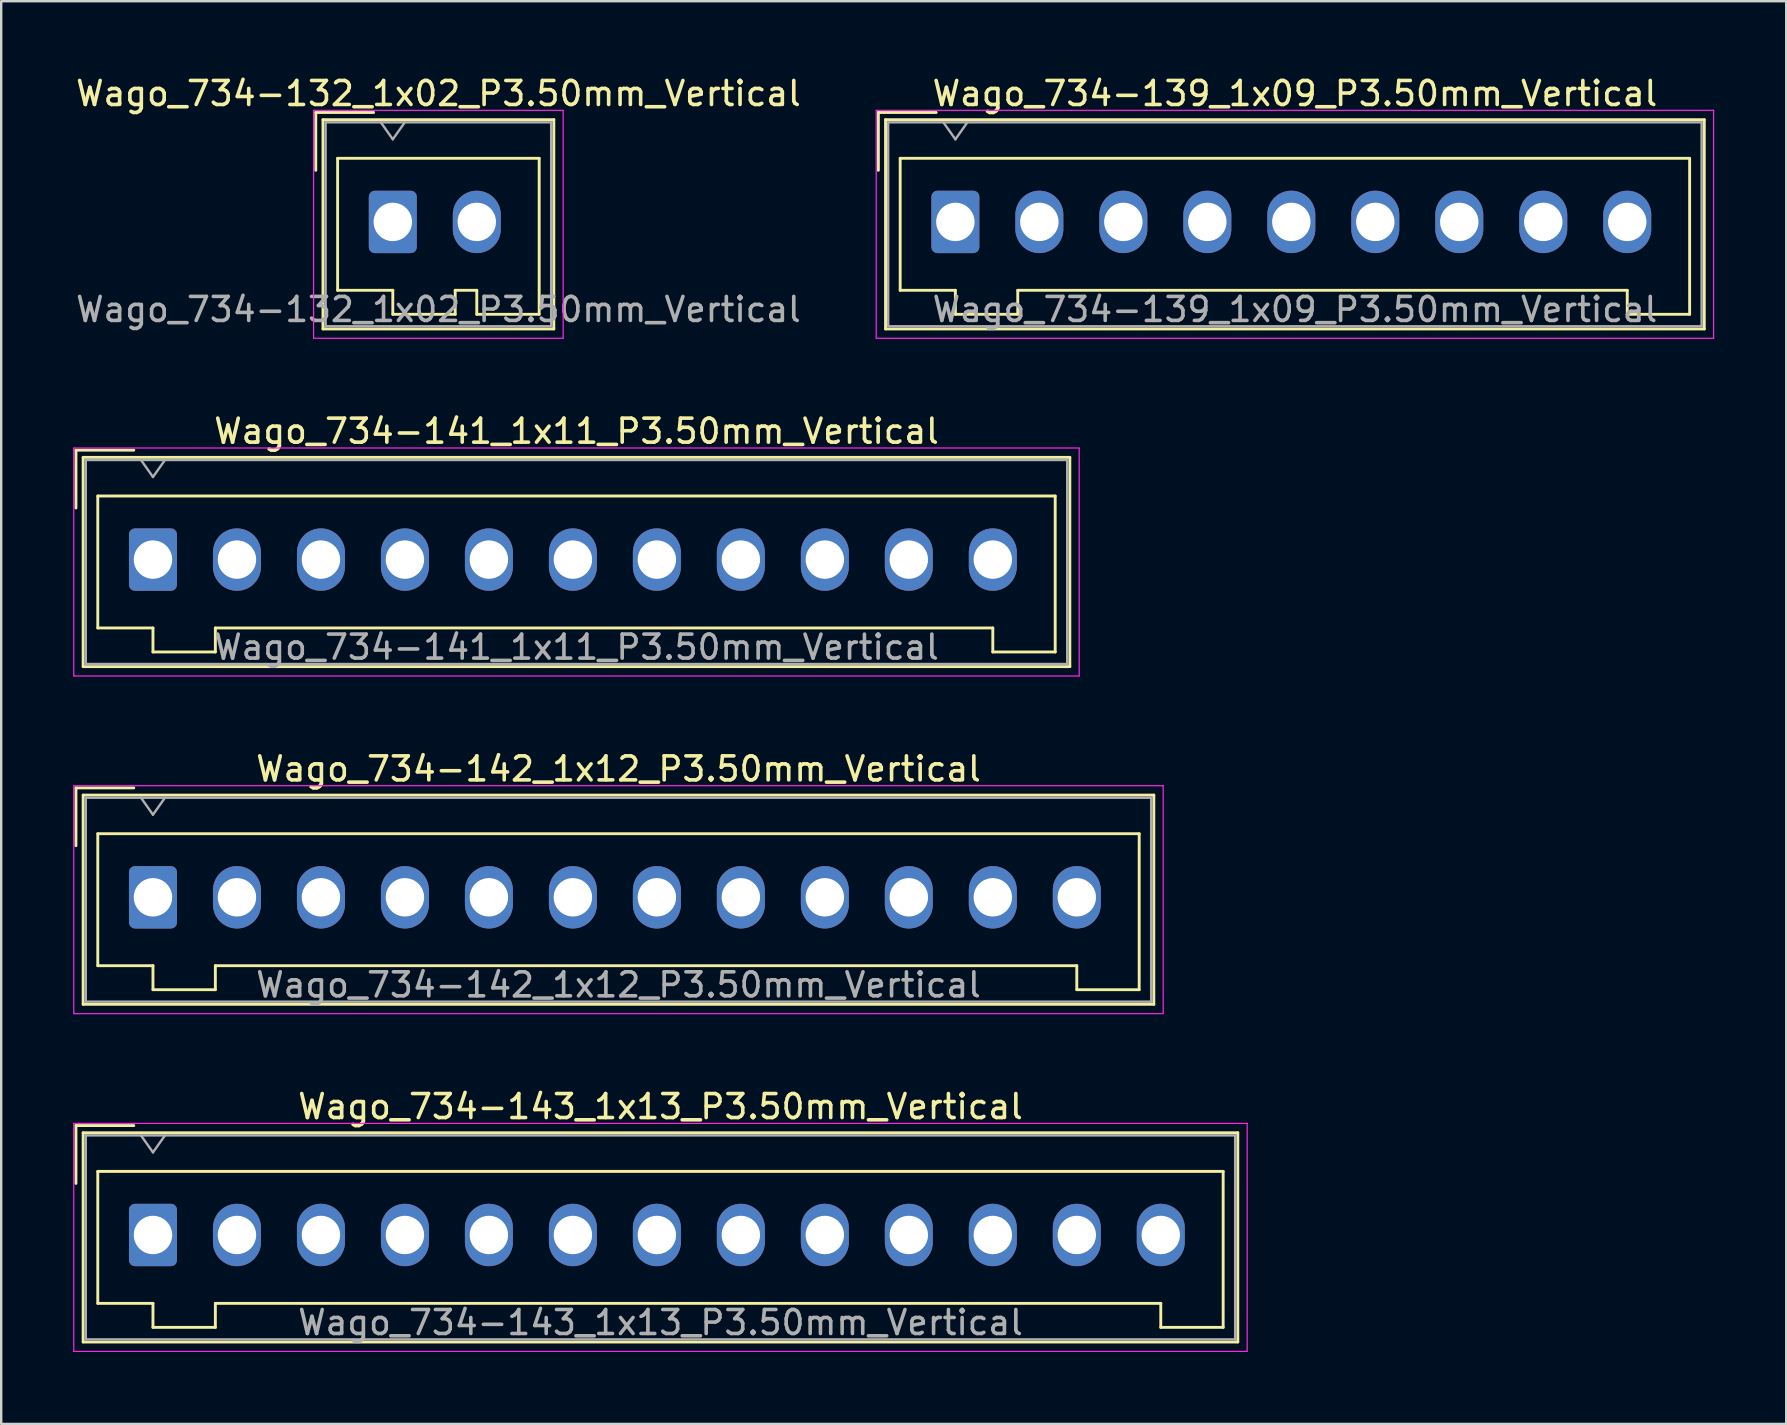
<source format=kicad_pcb>
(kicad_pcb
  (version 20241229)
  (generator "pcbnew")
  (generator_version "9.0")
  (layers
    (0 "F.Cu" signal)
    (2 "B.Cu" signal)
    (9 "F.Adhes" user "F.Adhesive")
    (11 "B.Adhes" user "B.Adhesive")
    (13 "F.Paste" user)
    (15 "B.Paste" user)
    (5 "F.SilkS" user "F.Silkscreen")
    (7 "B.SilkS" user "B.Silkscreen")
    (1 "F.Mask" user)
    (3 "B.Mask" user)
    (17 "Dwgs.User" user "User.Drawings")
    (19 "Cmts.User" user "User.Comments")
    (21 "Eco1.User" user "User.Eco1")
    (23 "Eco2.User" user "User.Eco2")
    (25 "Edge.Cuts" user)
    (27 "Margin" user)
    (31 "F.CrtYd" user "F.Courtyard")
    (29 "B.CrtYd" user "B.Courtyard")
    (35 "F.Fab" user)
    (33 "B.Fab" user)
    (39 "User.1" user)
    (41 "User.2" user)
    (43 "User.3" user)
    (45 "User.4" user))
  (footprint "Wago_734-143_1x13_P3.50mm_Vertical"
    (layer "F.Cu")
    (at 3.325 48.418)
    (property "Reference" "Wago_734-143_1x13_P3.50mm_Vertical" (at 21.15 -5.35 0) (layer "F.SilkS") (effects (font (size 1 1) (thickness 0.15))))
    (attr through_hole)
    (fp_line (start -3.21 -4.56) (end -0.8 -4.56) (stroke (width 0.12) (type solid)) (layer "F.SilkS"))
    (fp_line (start -3.21 -2.15) (end -3.21 -4.56) (stroke (width 0.12) (type solid)) (layer "F.SilkS"))
    (fp_line (start -2.91 -4.26) (end -2.91 4.46) (stroke (width 0.12) (type solid)) (layer "F.SilkS"))
    (fp_line (start -2.91 4.46) (end 45.21 4.46) (stroke (width 0.12) (type solid)) (layer "F.SilkS"))
    (fp_line (start -2.3 -2.65) (end -2.3 2.85) (stroke (width 0.12) (type solid)) (layer "F.SilkS"))
    (fp_line (start -2.3 2.85) (end 0 2.85) (stroke (width 0.12) (type solid)) (layer "F.SilkS"))
    (fp_line (start 0 2.85) (end 0 3.85) (stroke (width 0.12) (type solid)) (layer "F.SilkS"))
    (fp_line (start 0 3.85) (end 2.6 3.85) (stroke (width 0.12) (type solid)) (layer "F.SilkS"))
    (fp_line (start 2.6 2.85) (end 42 2.85) (stroke (width 0.12) (type solid)) (layer "F.SilkS"))
    (fp_line (start 2.6 3.85) (end 2.6 2.85) (stroke (width 0.12) (type solid)) (layer "F.SilkS"))
    (fp_line (start 42 2.85) (end 42 3.85) (stroke (width 0.12) (type solid)) (layer "F.SilkS"))
    (fp_line (start 42 3.85) (end 44.6 3.85) (stroke (width 0.12) (type solid)) (layer "F.SilkS"))
    (fp_line (start 44.6 -2.65) (end -2.3 -2.65) (stroke (width 0.12) (type solid)) (layer "F.SilkS"))
    (fp_line (start 44.6 3.85) (end 44.6 -2.65) (stroke (width 0.12) (type solid)) (layer "F.SilkS"))
    (fp_line (start 45.21 -4.26) (end -2.91 -4.26) (stroke (width 0.12) (type solid)) (layer "F.SilkS"))
    (fp_line (start 45.21 4.46) (end 45.21 -4.26) (stroke (width 0.12) (type solid)) (layer "F.SilkS"))
    (fp_line (start -3.3 -4.65) (end -3.3 4.85) (stroke (width 0.05) (type solid)) (layer "F.CrtYd"))
    (fp_line (start -3.3 4.85) (end 45.6 4.85) (stroke (width 0.05) (type solid)) (layer "F.CrtYd"))
    (fp_line (start 45.6 -4.65) (end -3.3 -4.65) (stroke (width 0.05) (type solid)) (layer "F.CrtYd"))
    (fp_line (start 45.6 4.85) (end 45.6 -4.65) (stroke (width 0.05) (type solid)) (layer "F.CrtYd"))
    (fp_line (start -2.8 -4.15) (end -2.8 4.35) (stroke (width 0.1) (type solid)) (layer "F.Fab"))
    (fp_line (start -2.8 4.35) (end 45.1 4.35) (stroke (width 0.1) (type solid)) (layer "F.Fab"))
    (fp_line (start -0.5 -4.15) (end 0 -3.443) (stroke (width 0.1) (type solid)) (layer "F.Fab"))
    (fp_line (start 0 -3.443) (end 0.5 -4.15) (stroke (width 0.1) (type solid)) (layer "F.Fab"))
    (fp_line (start 45.1 -4.15) (end -2.8 -4.15) (stroke (width 0.1) (type solid)) (layer "F.Fab"))
    (fp_line (start 45.1 4.35) (end 45.1 -4.15) (stroke (width 0.1) (type solid)) (layer "F.Fab"))
    (fp_text user "${REFERENCE}" (at 21.15 3.65 0) (layer "F.Fab") (effects (font (size 1 1) (thickness 0.15))))
    (pad "1" thru_hole roundrect (at 0 0) (size 2 2.6) (drill 1.6) (layers "*.Cu" "*.Mask") (roundrect_rratio 0.125))
    (pad "2" thru_hole oval (at 3.5 0) (size 2 2.6) (drill 1.6) (layers "*.Cu" "*.Mask"))
    (pad "3" thru_hole oval (at 7 0) (size 2 2.6) (drill 1.6) (layers "*.Cu" "*.Mask"))
    (pad "4" thru_hole oval (at 10.5 0) (size 2 2.6) (drill 1.6) (layers "*.Cu" "*.Mask"))
    (pad "5" thru_hole oval (at 14 0) (size 2 2.6) (drill 1.6) (layers "*.Cu" "*.Mask"))
    (pad "6" thru_hole oval (at 17.5 0) (size 2 2.6) (drill 1.6) (layers "*.Cu" "*.Mask"))
    (pad "7" thru_hole oval (at 21 0) (size 2 2.6) (drill 1.6) (layers "*.Cu" "*.Mask"))
    (pad "8" thru_hole oval (at 24.5 0) (size 2 2.6) (drill 1.6) (layers "*.Cu" "*.Mask"))
    (pad "9" thru_hole oval (at 28 0) (size 2 2.6) (drill 1.6) (layers "*.Cu" "*.Mask"))
    (pad "10" thru_hole oval (at 31.5 0) (size 2 2.6) (drill 1.6) (layers "*.Cu" "*.Mask"))
    (pad "11" thru_hole oval (at 35 0) (size 2 2.6) (drill 1.6) (layers "*.Cu" "*.Mask"))
    (pad "12" thru_hole oval (at 38.5 0) (size 2 2.6) (drill 1.6) (layers "*.Cu" "*.Mask"))
    (pad "13" thru_hole oval (at 42 0) (size 2 2.6) (drill 1.6) (layers "*.Cu" "*.Mask")))
  (footprint "Wago_734-132_1x02_P3.50mm_Vertical"
    (layer "F.Cu")
    (at 13.32 6.198)
    (property "Reference" "Wago_734-132_1x02_P3.50mm_Vertical" (at 1.9 -5.35 0) (layer "F.SilkS") (effects (font (size 1 1) (thickness 0.15))))
    (attr through_hole)
    (fp_line (start -3.21 -4.56) (end -0.8 -4.56) (stroke (width 0.12) (type solid)) (layer "F.SilkS"))
    (fp_line (start -3.21 -2.15) (end -3.21 -4.56) (stroke (width 0.12) (type solid)) (layer "F.SilkS"))
    (fp_line (start -2.91 -4.26) (end -2.91 4.46) (stroke (width 0.12) (type solid)) (layer "F.SilkS"))
    (fp_line (start -2.91 4.46) (end 6.71 4.46) (stroke (width 0.12) (type solid)) (layer "F.SilkS"))
    (fp_line (start -2.3 -2.65) (end -2.3 2.85) (stroke (width 0.12) (type solid)) (layer "F.SilkS"))
    (fp_line (start -2.3 2.85) (end 0 2.85) (stroke (width 0.12) (type solid)) (layer "F.SilkS"))
    (fp_line (start 0 2.85) (end 0 3.85) (stroke (width 0.12) (type solid)) (layer "F.SilkS"))
    (fp_line (start 0 3.85) (end 2.6 3.85) (stroke (width 0.12) (type solid)) (layer "F.SilkS"))
    (fp_line (start 2.6 2.85) (end 3.5 2.85) (stroke (width 0.12) (type solid)) (layer "F.SilkS"))
    (fp_line (start 2.6 3.85) (end 2.6 2.85) (stroke (width 0.12) (type solid)) (layer "F.SilkS"))
    (fp_line (start 3.5 2.85) (end 3.5 3.85) (stroke (width 0.12) (type solid)) (layer "F.SilkS"))
    (fp_line (start 3.5 3.85) (end 6.1 3.85) (stroke (width 0.12) (type solid)) (layer "F.SilkS"))
    (fp_line (start 6.1 -2.65) (end -2.3 -2.65) (stroke (width 0.12) (type solid)) (layer "F.SilkS"))
    (fp_line (start 6.1 3.85) (end 6.1 -2.65) (stroke (width 0.12) (type solid)) (layer "F.SilkS"))
    (fp_line (start 6.71 -4.26) (end -2.91 -4.26) (stroke (width 0.12) (type solid)) (layer "F.SilkS"))
    (fp_line (start 6.71 4.46) (end 6.71 -4.26) (stroke (width 0.12) (type solid)) (layer "F.SilkS"))
    (fp_line (start -3.3 -4.65) (end -3.3 4.85) (stroke (width 0.05) (type solid)) (layer "F.CrtYd"))
    (fp_line (start -3.3 4.85) (end 7.1 4.85) (stroke (width 0.05) (type solid)) (layer "F.CrtYd"))
    (fp_line (start 7.1 -4.65) (end -3.3 -4.65) (stroke (width 0.05) (type solid)) (layer "F.CrtYd"))
    (fp_line (start 7.1 4.85) (end 7.1 -4.65) (stroke (width 0.05) (type solid)) (layer "F.CrtYd"))
    (fp_line (start -2.8 -4.15) (end -2.8 4.35) (stroke (width 0.1) (type solid)) (layer "F.Fab"))
    (fp_line (start -2.8 4.35) (end 6.6 4.35) (stroke (width 0.1) (type solid)) (layer "F.Fab"))
    (fp_line (start -0.5 -4.15) (end 0 -3.443) (stroke (width 0.1) (type solid)) (layer "F.Fab"))
    (fp_line (start 0 -3.443) (end 0.5 -4.15) (stroke (width 0.1) (type solid)) (layer "F.Fab"))
    (fp_line (start 6.6 -4.15) (end -2.8 -4.15) (stroke (width 0.1) (type solid)) (layer "F.Fab"))
    (fp_line (start 6.6 4.35) (end 6.6 -4.15) (stroke (width 0.1) (type solid)) (layer "F.Fab"))
    (fp_text user "${REFERENCE}" (at 1.9 3.65 0) (layer "F.Fab") (effects (font (size 1 1) (thickness 0.15))))
    (pad "1" thru_hole roundrect (at 0 0) (size 2 2.6) (drill 1.6) (layers "*.Cu" "*.Mask") (roundrect_rratio 0.125))
    (pad "2" thru_hole oval (at 3.5 0) (size 2 2.6) (drill 1.6) (layers "*.Cu" "*.Mask")))
  (footprint "Wago_734-139_1x09_P3.50mm_Vertical"
    (layer "F.Cu")
    (at 36.765 6.198)
    (property "Reference" "Wago_734-139_1x09_P3.50mm_Vertical" (at 14.15 -5.35 0) (layer "F.SilkS") (effects (font (size 1 1) (thickness 0.15))))
    (attr through_hole)
    (fp_line (start -3.21 -4.56) (end -0.8 -4.56) (stroke (width 0.12) (type solid)) (layer "F.SilkS"))
    (fp_line (start -3.21 -2.15) (end -3.21 -4.56) (stroke (width 0.12) (type solid)) (layer "F.SilkS"))
    (fp_line (start -2.91 -4.26) (end -2.91 4.46) (stroke (width 0.12) (type solid)) (layer "F.SilkS"))
    (fp_line (start -2.91 4.46) (end 31.21 4.46) (stroke (width 0.12) (type solid)) (layer "F.SilkS"))
    (fp_line (start -2.3 -2.65) (end -2.3 2.85) (stroke (width 0.12) (type solid)) (layer "F.SilkS"))
    (fp_line (start -2.3 2.85) (end 0 2.85) (stroke (width 0.12) (type solid)) (layer "F.SilkS"))
    (fp_line (start 0 2.85) (end 0 3.85) (stroke (width 0.12) (type solid)) (layer "F.SilkS"))
    (fp_line (start 0 3.85) (end 2.6 3.85) (stroke (width 0.12) (type solid)) (layer "F.SilkS"))
    (fp_line (start 2.6 2.85) (end 28 2.85) (stroke (width 0.12) (type solid)) (layer "F.SilkS"))
    (fp_line (start 2.6 3.85) (end 2.6 2.85) (stroke (width 0.12) (type solid)) (layer "F.SilkS"))
    (fp_line (start 28 2.85) (end 28 3.85) (stroke (width 0.12) (type solid)) (layer "F.SilkS"))
    (fp_line (start 28 3.85) (end 30.6 3.85) (stroke (width 0.12) (type solid)) (layer "F.SilkS"))
    (fp_line (start 30.6 -2.65) (end -2.3 -2.65) (stroke (width 0.12) (type solid)) (layer "F.SilkS"))
    (fp_line (start 30.6 3.85) (end 30.6 -2.65) (stroke (width 0.12) (type solid)) (layer "F.SilkS"))
    (fp_line (start 31.21 -4.26) (end -2.91 -4.26) (stroke (width 0.12) (type solid)) (layer "F.SilkS"))
    (fp_line (start 31.21 4.46) (end 31.21 -4.26) (stroke (width 0.12) (type solid)) (layer "F.SilkS"))
    (fp_line (start -3.3 -4.65) (end -3.3 4.85) (stroke (width 0.05) (type solid)) (layer "F.CrtYd"))
    (fp_line (start -3.3 4.85) (end 31.6 4.85) (stroke (width 0.05) (type solid)) (layer "F.CrtYd"))
    (fp_line (start 31.6 -4.65) (end -3.3 -4.65) (stroke (width 0.05) (type solid)) (layer "F.CrtYd"))
    (fp_line (start 31.6 4.85) (end 31.6 -4.65) (stroke (width 0.05) (type solid)) (layer "F.CrtYd"))
    (fp_line (start -2.8 -4.15) (end -2.8 4.35) (stroke (width 0.1) (type solid)) (layer "F.Fab"))
    (fp_line (start -2.8 4.35) (end 31.1 4.35) (stroke (width 0.1) (type solid)) (layer "F.Fab"))
    (fp_line (start -0.5 -4.15) (end 0 -3.443) (stroke (width 0.1) (type solid)) (layer "F.Fab"))
    (fp_line (start 0 -3.443) (end 0.5 -4.15) (stroke (width 0.1) (type solid)) (layer "F.Fab"))
    (fp_line (start 31.1 -4.15) (end -2.8 -4.15) (stroke (width 0.1) (type solid)) (layer "F.Fab"))
    (fp_line (start 31.1 4.35) (end 31.1 -4.15) (stroke (width 0.1) (type solid)) (layer "F.Fab"))
    (fp_text user "${REFERENCE}" (at 14.15 3.65 0) (layer "F.Fab") (effects (font (size 1 1) (thickness 0.15))))
    (pad "1" thru_hole roundrect (at 0 0) (size 2 2.6) (drill 1.6) (layers "*.Cu" "*.Mask") (roundrect_rratio 0.125))
    (pad "2" thru_hole oval (at 3.5 0) (size 2 2.6) (drill 1.6) (layers "*.Cu" "*.Mask"))
    (pad "3" thru_hole oval (at 7 0) (size 2 2.6) (drill 1.6) (layers "*.Cu" "*.Mask"))
    (pad "4" thru_hole oval (at 10.5 0) (size 2 2.6) (drill 1.6) (layers "*.Cu" "*.Mask"))
    (pad "5" thru_hole oval (at 14 0) (size 2 2.6) (drill 1.6) (layers "*.Cu" "*.Mask"))
    (pad "6" thru_hole oval (at 17.5 0) (size 2 2.6) (drill 1.6) (layers "*.Cu" "*.Mask"))
    (pad "7" thru_hole oval (at 21 0) (size 2 2.6) (drill 1.6) (layers "*.Cu" "*.Mask"))
    (pad "8" thru_hole oval (at 24.5 0) (size 2 2.6) (drill 1.6) (layers "*.Cu" "*.Mask"))
    (pad "9" thru_hole oval (at 28 0) (size 2 2.6) (drill 1.6) (layers "*.Cu" "*.Mask")))
  (footprint "Wago_734-141_1x11_P3.50mm_Vertical"
    (layer "F.Cu")
    (at 3.325 20.271)
    (property "Reference" "Wago_734-141_1x11_P3.50mm_Vertical" (at 17.65 -5.35 0) (layer "F.SilkS") (effects (font (size 1 1) (thickness 0.15))))
    (attr through_hole)
    (fp_line (start -3.21 -4.56) (end -0.8 -4.56) (stroke (width 0.12) (type solid)) (layer "F.SilkS"))
    (fp_line (start -3.21 -2.15) (end -3.21 -4.56) (stroke (width 0.12) (type solid)) (layer "F.SilkS"))
    (fp_line (start -2.91 -4.26) (end -2.91 4.46) (stroke (width 0.12) (type solid)) (layer "F.SilkS"))
    (fp_line (start -2.91 4.46) (end 38.21 4.46) (stroke (width 0.12) (type solid)) (layer "F.SilkS"))
    (fp_line (start -2.3 -2.65) (end -2.3 2.85) (stroke (width 0.12) (type solid)) (layer "F.SilkS"))
    (fp_line (start -2.3 2.85) (end 0 2.85) (stroke (width 0.12) (type solid)) (layer "F.SilkS"))
    (fp_line (start 0 2.85) (end 0 3.85) (stroke (width 0.12) (type solid)) (layer "F.SilkS"))
    (fp_line (start 0 3.85) (end 2.6 3.85) (stroke (width 0.12) (type solid)) (layer "F.SilkS"))
    (fp_line (start 2.6 2.85) (end 35 2.85) (stroke (width 0.12) (type solid)) (layer "F.SilkS"))
    (fp_line (start 2.6 3.85) (end 2.6 2.85) (stroke (width 0.12) (type solid)) (layer "F.SilkS"))
    (fp_line (start 35 2.85) (end 35 3.85) (stroke (width 0.12) (type solid)) (layer "F.SilkS"))
    (fp_line (start 35 3.85) (end 37.6 3.85) (stroke (width 0.12) (type solid)) (layer "F.SilkS"))
    (fp_line (start 37.6 -2.65) (end -2.3 -2.65) (stroke (width 0.12) (type solid)) (layer "F.SilkS"))
    (fp_line (start 37.6 3.85) (end 37.6 -2.65) (stroke (width 0.12) (type solid)) (layer "F.SilkS"))
    (fp_line (start 38.21 -4.26) (end -2.91 -4.26) (stroke (width 0.12) (type solid)) (layer "F.SilkS"))
    (fp_line (start 38.21 4.46) (end 38.21 -4.26) (stroke (width 0.12) (type solid)) (layer "F.SilkS"))
    (fp_line (start -3.3 -4.65) (end -3.3 4.85) (stroke (width 0.05) (type solid)) (layer "F.CrtYd"))
    (fp_line (start -3.3 4.85) (end 38.6 4.85) (stroke (width 0.05) (type solid)) (layer "F.CrtYd"))
    (fp_line (start 38.6 -4.65) (end -3.3 -4.65) (stroke (width 0.05) (type solid)) (layer "F.CrtYd"))
    (fp_line (start 38.6 4.85) (end 38.6 -4.65) (stroke (width 0.05) (type solid)) (layer "F.CrtYd"))
    (fp_line (start -2.8 -4.15) (end -2.8 4.35) (stroke (width 0.1) (type solid)) (layer "F.Fab"))
    (fp_line (start -2.8 4.35) (end 38.1 4.35) (stroke (width 0.1) (type solid)) (layer "F.Fab"))
    (fp_line (start -0.5 -4.15) (end 0 -3.443) (stroke (width 0.1) (type solid)) (layer "F.Fab"))
    (fp_line (start 0 -3.443) (end 0.5 -4.15) (stroke (width 0.1) (type solid)) (layer "F.Fab"))
    (fp_line (start 38.1 -4.15) (end -2.8 -4.15) (stroke (width 0.1) (type solid)) (layer "F.Fab"))
    (fp_line (start 38.1 4.35) (end 38.1 -4.15) (stroke (width 0.1) (type solid)) (layer "F.Fab"))
    (fp_text user "${REFERENCE}" (at 17.65 3.65 0) (layer "F.Fab") (effects (font (size 1 1) (thickness 0.15))))
    (pad "1" thru_hole roundrect (at 0 0) (size 2 2.6) (drill 1.6) (layers "*.Cu" "*.Mask") (roundrect_rratio 0.125))
    (pad "2" thru_hole oval (at 3.5 0) (size 2 2.6) (drill 1.6) (layers "*.Cu" "*.Mask"))
    (pad "3" thru_hole oval (at 7 0) (size 2 2.6) (drill 1.6) (layers "*.Cu" "*.Mask"))
    (pad "4" thru_hole oval (at 10.5 0) (size 2 2.6) (drill 1.6) (layers "*.Cu" "*.Mask"))
    (pad "5" thru_hole oval (at 14 0) (size 2 2.6) (drill 1.6) (layers "*.Cu" "*.Mask"))
    (pad "6" thru_hole oval (at 17.5 0) (size 2 2.6) (drill 1.6) (layers "*.Cu" "*.Mask"))
    (pad "7" thru_hole oval (at 21 0) (size 2 2.6) (drill 1.6) (layers "*.Cu" "*.Mask"))
    (pad "8" thru_hole oval (at 24.5 0) (size 2 2.6) (drill 1.6) (layers "*.Cu" "*.Mask"))
    (pad "9" thru_hole oval (at 28 0) (size 2 2.6) (drill 1.6) (layers "*.Cu" "*.Mask"))
    (pad "10" thru_hole oval (at 31.5 0) (size 2 2.6) (drill 1.6) (layers "*.Cu" "*.Mask"))
    (pad "11" thru_hole oval (at 35 0) (size 2 2.6) (drill 1.6) (layers "*.Cu" "*.Mask")))
  (footprint "Wago_734-142_1x12_P3.50mm_Vertical"
    (layer "F.Cu")
    (at 3.325 34.345)
    (property "Reference" "Wago_734-142_1x12_P3.50mm_Vertical" (at 19.4 -5.35 0) (layer "F.SilkS") (effects (font (size 1 1) (thickness 0.15))))
    (attr through_hole)
    (fp_line (start -3.21 -4.56) (end -0.8 -4.56) (stroke (width 0.12) (type solid)) (layer "F.SilkS"))
    (fp_line (start -3.21 -2.15) (end -3.21 -4.56) (stroke (width 0.12) (type solid)) (layer "F.SilkS"))
    (fp_line (start -2.91 -4.26) (end -2.91 4.46) (stroke (width 0.12) (type solid)) (layer "F.SilkS"))
    (fp_line (start -2.91 4.46) (end 41.71 4.46) (stroke (width 0.12) (type solid)) (layer "F.SilkS"))
    (fp_line (start -2.3 -2.65) (end -2.3 2.85) (stroke (width 0.12) (type solid)) (layer "F.SilkS"))
    (fp_line (start -2.3 2.85) (end 0 2.85) (stroke (width 0.12) (type solid)) (layer "F.SilkS"))
    (fp_line (start 0 2.85) (end 0 3.85) (stroke (width 0.12) (type solid)) (layer "F.SilkS"))
    (fp_line (start 0 3.85) (end 2.6 3.85) (stroke (width 0.12) (type solid)) (layer "F.SilkS"))
    (fp_line (start 2.6 2.85) (end 38.5 2.85) (stroke (width 0.12) (type solid)) (layer "F.SilkS"))
    (fp_line (start 2.6 3.85) (end 2.6 2.85) (stroke (width 0.12) (type solid)) (layer "F.SilkS"))
    (fp_line (start 38.5 2.85) (end 38.5 3.85) (stroke (width 0.12) (type solid)) (layer "F.SilkS"))
    (fp_line (start 38.5 3.85) (end 41.1 3.85) (stroke (width 0.12) (type solid)) (layer "F.SilkS"))
    (fp_line (start 41.1 -2.65) (end -2.3 -2.65) (stroke (width 0.12) (type solid)) (layer "F.SilkS"))
    (fp_line (start 41.1 3.85) (end 41.1 -2.65) (stroke (width 0.12) (type solid)) (layer "F.SilkS"))
    (fp_line (start 41.71 -4.26) (end -2.91 -4.26) (stroke (width 0.12) (type solid)) (layer "F.SilkS"))
    (fp_line (start 41.71 4.46) (end 41.71 -4.26) (stroke (width 0.12) (type solid)) (layer "F.SilkS"))
    (fp_line (start -3.3 -4.65) (end -3.3 4.85) (stroke (width 0.05) (type solid)) (layer "F.CrtYd"))
    (fp_line (start -3.3 4.85) (end 42.1 4.85) (stroke (width 0.05) (type solid)) (layer "F.CrtYd"))
    (fp_line (start 42.1 -4.65) (end -3.3 -4.65) (stroke (width 0.05) (type solid)) (layer "F.CrtYd"))
    (fp_line (start 42.1 4.85) (end 42.1 -4.65) (stroke (width 0.05) (type solid)) (layer "F.CrtYd"))
    (fp_line (start -2.8 -4.15) (end -2.8 4.35) (stroke (width 0.1) (type solid)) (layer "F.Fab"))
    (fp_line (start -2.8 4.35) (end 41.6 4.35) (stroke (width 0.1) (type solid)) (layer "F.Fab"))
    (fp_line (start -0.5 -4.15) (end 0 -3.443) (stroke (width 0.1) (type solid)) (layer "F.Fab"))
    (fp_line (start 0 -3.443) (end 0.5 -4.15) (stroke (width 0.1) (type solid)) (layer "F.Fab"))
    (fp_line (start 41.6 -4.15) (end -2.8 -4.15) (stroke (width 0.1) (type solid)) (layer "F.Fab"))
    (fp_line (start 41.6 4.35) (end 41.6 -4.15) (stroke (width 0.1) (type solid)) (layer "F.Fab"))
    (fp_text user "${REFERENCE}" (at 19.4 3.65 0) (layer "F.Fab") (effects (font (size 1 1) (thickness 0.15))))
    (pad "1" thru_hole roundrect (at 0 0) (size 2 2.6) (drill 1.6) (layers "*.Cu" "*.Mask") (roundrect_rratio 0.125))
    (pad "2" thru_hole oval (at 3.5 0) (size 2 2.6) (drill 1.6) (layers "*.Cu" "*.Mask"))
    (pad "3" thru_hole oval (at 7 0) (size 2 2.6) (drill 1.6) (layers "*.Cu" "*.Mask"))
    (pad "4" thru_hole oval (at 10.5 0) (size 2 2.6) (drill 1.6) (layers "*.Cu" "*.Mask"))
    (pad "5" thru_hole oval (at 14 0) (size 2 2.6) (drill 1.6) (layers "*.Cu" "*.Mask"))
    (pad "6" thru_hole oval (at 17.5 0) (size 2 2.6) (drill 1.6) (layers "*.Cu" "*.Mask"))
    (pad "7" thru_hole oval (at 21 0) (size 2 2.6) (drill 1.6) (layers "*.Cu" "*.Mask"))
    (pad "8" thru_hole oval (at 24.5 0) (size 2 2.6) (drill 1.6) (layers "*.Cu" "*.Mask"))
    (pad "9" thru_hole oval (at 28 0) (size 2 2.6) (drill 1.6) (layers "*.Cu" "*.Mask"))
    (pad "10" thru_hole oval (at 31.5 0) (size 2 2.6) (drill 1.6) (layers "*.Cu" "*.Mask"))
    (pad "11" thru_hole oval (at 35 0) (size 2 2.6) (drill 1.6) (layers "*.Cu" "*.Mask"))
    (pad "12" thru_hole oval (at 38.5 0) (size 2 2.6) (drill 1.6) (layers "*.Cu" "*.Mask")))
  (gr_rect
    (start -3 -3)
    (end 71.39 56.293)
    (stroke (width 0.1) (type default))
    (fill no)
    (layer "Edge.Cuts")))
</source>
